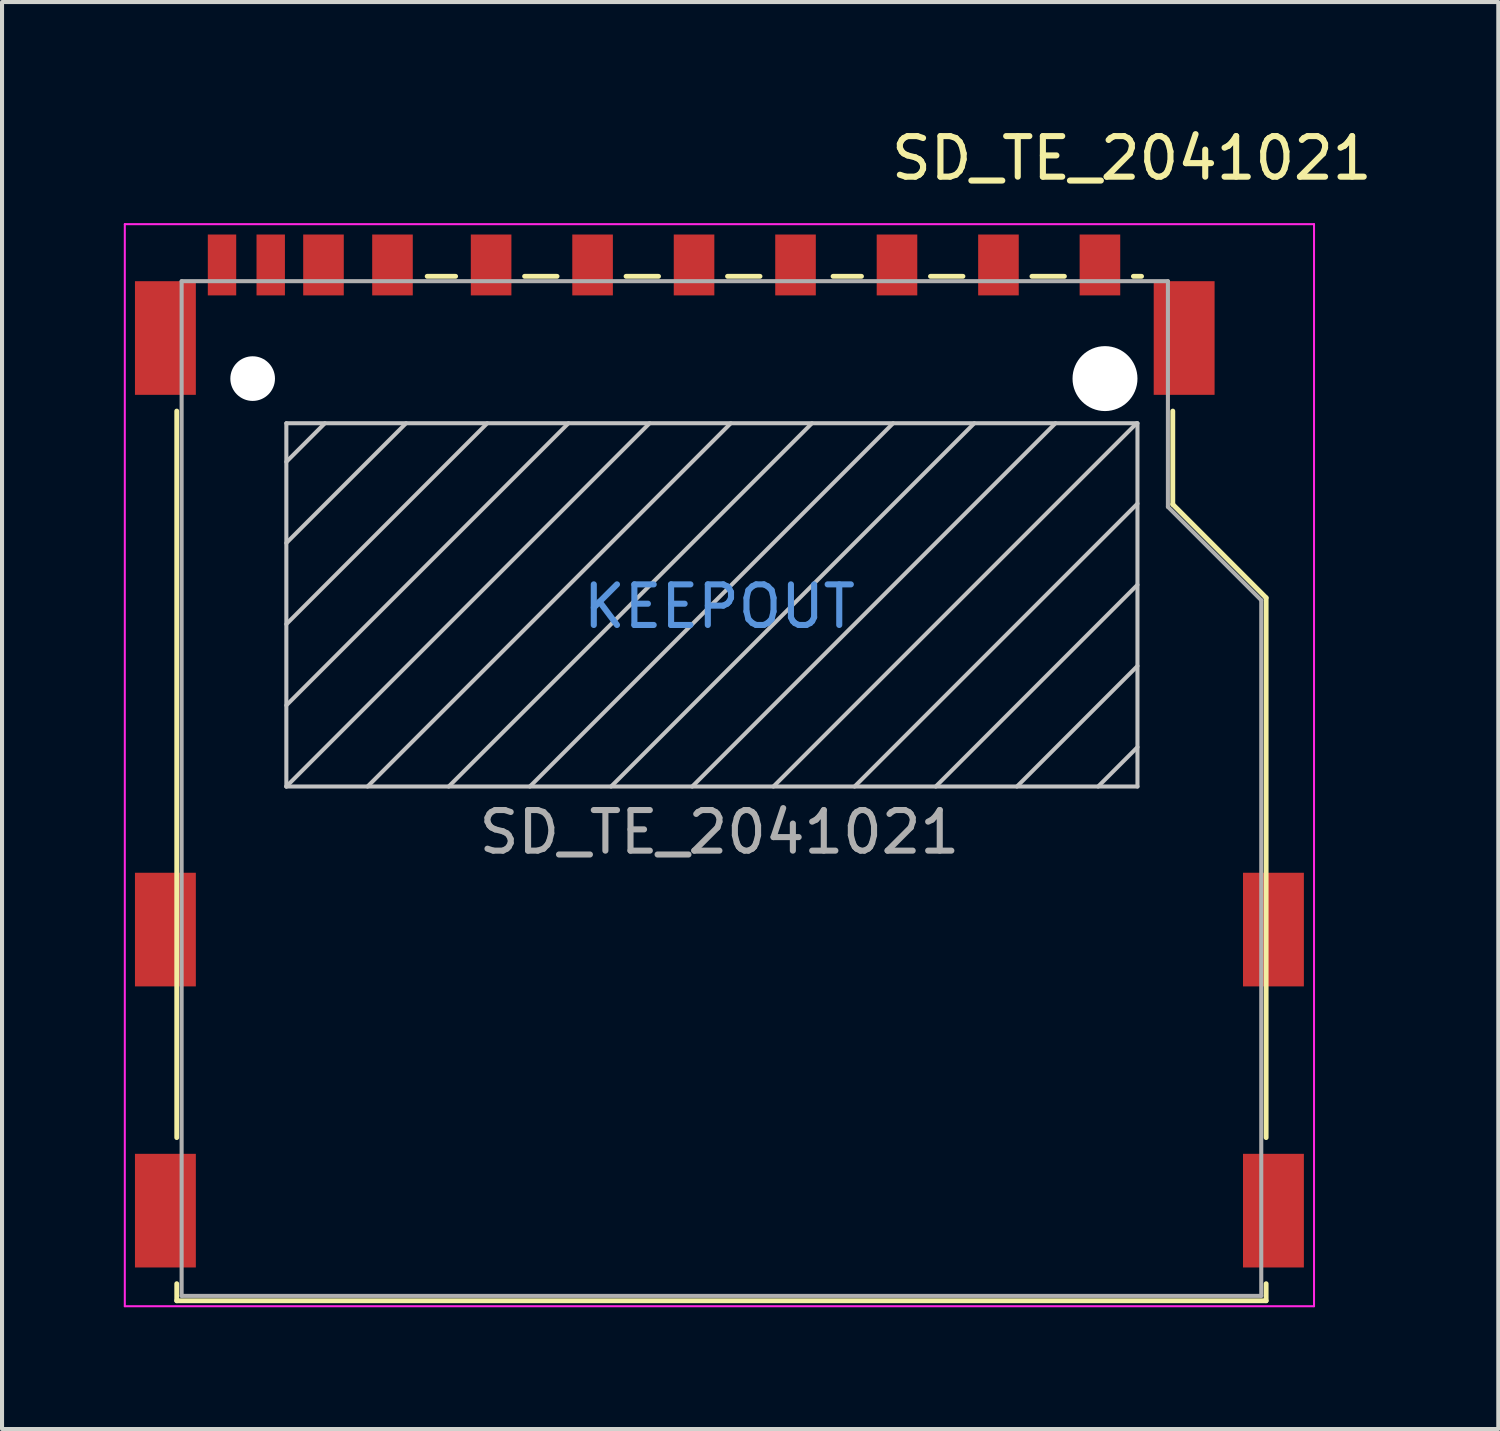
<source format=kicad_pcb>
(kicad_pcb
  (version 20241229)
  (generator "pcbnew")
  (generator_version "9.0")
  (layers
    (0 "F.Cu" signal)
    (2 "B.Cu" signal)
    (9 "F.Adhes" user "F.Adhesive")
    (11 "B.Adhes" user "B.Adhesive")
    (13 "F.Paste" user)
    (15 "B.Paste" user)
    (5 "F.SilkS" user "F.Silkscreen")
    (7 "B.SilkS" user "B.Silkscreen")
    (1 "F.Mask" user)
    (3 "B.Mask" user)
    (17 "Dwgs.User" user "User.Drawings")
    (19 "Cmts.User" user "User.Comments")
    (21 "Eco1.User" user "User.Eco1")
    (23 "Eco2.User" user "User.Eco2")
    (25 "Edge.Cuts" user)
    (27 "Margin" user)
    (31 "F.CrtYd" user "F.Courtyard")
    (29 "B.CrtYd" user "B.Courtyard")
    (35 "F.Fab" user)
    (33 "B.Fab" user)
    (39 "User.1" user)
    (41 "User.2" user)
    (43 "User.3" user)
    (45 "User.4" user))
  (footprint "SD_TE_2041021"
    (layer "F.Cu")
    (at 14.675 15.453)
    (property "Reference" "SD_TE_2041021" (at 10.16 -14.605 0) (layer "F.SilkS") (effects (font (size 1 1) (thickness 0.15))))
    (attr smd)
    (fp_line (start -13.37 -8.375) (end -13.37 9.525) (stroke (width 0.12) (type solid)) (layer "F.SilkS"))
    (fp_line (start -13.37 13.125) (end -13.37 13.545) (stroke (width 0.12) (type solid)) (layer "F.SilkS"))
    (fp_line (start -13.37 13.545) (end 13.47 13.545) (stroke (width 0.12) (type solid)) (layer "F.SilkS"))
    (fp_line (start -7.2 -11.695) (end -6.5 -11.695) (stroke (width 0.12) (type solid)) (layer "F.SilkS"))
    (fp_line (start -4.8 -11.695) (end -4 -11.695) (stroke (width 0.12) (type solid)) (layer "F.SilkS"))
    (fp_line (start -2.3 -11.695) (end -1.5 -11.695) (stroke (width 0.12) (type solid)) (layer "F.SilkS"))
    (fp_line (start 0.2 -11.695) (end 1 -11.695) (stroke (width 0.12) (type solid)) (layer "F.SilkS"))
    (fp_line (start 2.8 -11.695) (end 3.5 -11.695) (stroke (width 0.12) (type solid)) (layer "F.SilkS"))
    (fp_line (start 5.2 -11.695) (end 6 -11.695) (stroke (width 0.12) (type solid)) (layer "F.SilkS"))
    (fp_line (start 7.7 -11.695) (end 8.5 -11.695) (stroke (width 0.12) (type solid)) (layer "F.SilkS"))
    (fp_line (start 10.2 -11.695) (end 10.4 -11.695) (stroke (width 0.12) (type solid)) (layer "F.SilkS"))
    (fp_line (start 11.17 -8.375) (end 11.17 -6.075) (stroke (width 0.12) (type solid)) (layer "F.SilkS"))
    (fp_line (start 11.17 -6.075) (end 13.47 -3.775) (stroke (width 0.12) (type solid)) (layer "F.SilkS"))
    (fp_line (start 13.47 -3.775) (end 13.47 9.525) (stroke (width 0.12) (type solid)) (layer "F.SilkS"))
    (fp_line (start 13.47 13.545) (end 13.47 13.125) (stroke (width 0.12) (type solid)) (layer "F.SilkS"))
    (fp_line (start -10.67 -8.075) (end -10.67 0.875) (stroke (width 0.1) (type solid)) (layer "Dwgs.User"))
    (fp_line (start -10.67 0.875) (end 10.3 0.875) (stroke (width 0.1) (type solid)) (layer "Dwgs.User"))
    (fp_line (start -9.72 -8.075) (end -10.67 -7.125) (stroke (width 0.1) (type solid)) (layer "Dwgs.User"))
    (fp_line (start -7.72 -8.075) (end -10.67 -5.125) (stroke (width 0.1) (type solid)) (layer "Dwgs.User"))
    (fp_line (start -5.72 -8.075) (end -10.67 -3.125) (stroke (width 0.1) (type solid)) (layer "Dwgs.User"))
    (fp_line (start -3.72 -8.075) (end -10.67 -1.125) (stroke (width 0.1) (type solid)) (layer "Dwgs.User"))
    (fp_line (start -1.72 -8.075) (end -10.67 0.875) (stroke (width 0.1) (type solid)) (layer "Dwgs.User"))
    (fp_line (start 0.28 -8.075) (end -8.67 0.875) (stroke (width 0.1) (type solid)) (layer "Dwgs.User"))
    (fp_line (start 2.28 -8.075) (end -6.67 0.875) (stroke (width 0.1) (type solid)) (layer "Dwgs.User"))
    (fp_line (start 4.28 -8.075) (end -4.67 0.875) (stroke (width 0.1) (type solid)) (layer "Dwgs.User"))
    (fp_line (start 6.28 -8.075) (end -2.67 0.875) (stroke (width 0.1) (type solid)) (layer "Dwgs.User"))
    (fp_line (start 8.28 -8.075) (end -0.67 0.875) (stroke (width 0.1) (type solid)) (layer "Dwgs.User"))
    (fp_line (start 10.28 -8.075) (end 1.33 0.875) (stroke (width 0.1) (type solid)) (layer "Dwgs.User"))
    (fp_line (start 10.3 -8.075) (end -10.67 -8.075) (stroke (width 0.1) (type solid)) (layer "Dwgs.User"))
    (fp_line (start 10.3 -6.095) (end 3.33 0.875) (stroke (width 0.1) (type solid)) (layer "Dwgs.User"))
    (fp_line (start 10.3 -4.095) (end 5.33 0.875) (stroke (width 0.1) (type solid)) (layer "Dwgs.User"))
    (fp_line (start 10.3 -2.095) (end 7.33 0.875) (stroke (width 0.1) (type solid)) (layer "Dwgs.User"))
    (fp_line (start 10.3 -0.095) (end 9.33 0.875) (stroke (width 0.1) (type solid)) (layer "Dwgs.User"))
    (fp_line (start 10.3 0.875) (end 10.3 -8.075) (stroke (width 0.1) (type solid)) (layer "Dwgs.User"))
    (fp_line (start -14.65 -12.98) (end -14.65 13.68) (stroke (width 0.05) (type solid)) (layer "F.CrtYd"))
    (fp_line (start -14.65 -12.98) (end 14.65 -12.98) (stroke (width 0.05) (type solid)) (layer "F.CrtYd"))
    (fp_line (start 14.65 13.68) (end -14.65 13.68) (stroke (width 0.05) (type solid)) (layer "F.CrtYd"))
    (fp_line (start 14.65 13.68) (end 14.65 -12.98) (stroke (width 0.05) (type solid)) (layer "F.CrtYd"))
    (fp_line (start -13.25 -11.575) (end -13.25 13.425) (stroke (width 0.1) (type solid)) (layer "F.Fab"))
    (fp_line (start -13.25 13.425) (end 13.35 13.425) (stroke (width 0.1) (type solid)) (layer "F.Fab"))
    (fp_line (start 11.05 -11.575) (end -13.25 -11.575) (stroke (width 0.1) (type solid)) (layer "F.Fab"))
    (fp_line (start 11.05 -6.015) (end 11.05 -11.575) (stroke (width 0.1) (type solid)) (layer "F.Fab"))
    (fp_line (start 13.35 -3.715) (end 11.05 -6.015) (stroke (width 0.1) (type solid)) (layer "F.Fab"))
    (fp_line (start 13.35 13.425) (end 13.35 -3.715) (stroke (width 0.1) (type solid)) (layer "F.Fab"))
    (fp_text user "KEEPOUT" (at 0 -3.56 0) (layer "Cmts.User") (effects (font (size 1 1) (thickness 0.15))))
    (fp_text user "${REFERENCE}" (at 0 2 0) (layer "F.Fab") (effects (font (size 1 1) (thickness 0.15))))
    (pad "" np_thru_hole circle (at -11.5 -9.175) (size 1.1 1.1) (drill 1.1) (layers "*.Cu" "*.Mask"))
    (pad "" np_thru_hole circle (at 9.5 -9.175) (size 1.6 1.6) (drill 1.6) (layers "*.Cu" "*.Mask"))
    (pad "1" smd rect (at 6.875 -11.975) (size 1 1.5) (layers "F.Cu" "F.Mask" "F.Paste"))
    (pad "2" smd rect (at 4.375 -11.975) (size 1 1.5) (layers "F.Cu" "F.Mask" "F.Paste"))
    (pad "3" smd rect (at 1.875 -11.975) (size 1 1.5) (layers "F.Cu" "F.Mask" "F.Paste"))
    (pad "4" smd rect (at -0.625 -11.975) (size 1 1.5) (layers "F.Cu" "F.Mask" "F.Paste"))
    (pad "5" smd rect (at -3.125 -11.975) (size 1 1.5) (layers "F.Cu" "F.Mask" "F.Paste"))
    (pad "6" smd rect (at -5.625 -11.975) (size 1 1.5) (layers "F.Cu" "F.Mask" "F.Paste"))
    (pad "7" smd rect (at -8.055 -11.975) (size 1 1.5) (layers "F.Cu" "F.Mask" "F.Paste"))
    (pad "8" smd rect (at -9.755 -11.975) (size 1 1.5) (layers "F.Cu" "F.Mask" "F.Paste"))
    (pad "9" smd rect (at 9.375 -11.975) (size 1 1.5) (layers "F.Cu" "F.Mask" "F.Paste"))
    (pad "10" smd rect (at -11.055 -11.975) (size 0.7 1.5) (layers "F.Cu" "F.Mask" "F.Paste"))
    (pad "11" smd rect (at -12.255 -11.975) (size 0.7 1.5) (layers "F.Cu" "F.Mask" "F.Paste"))
    (pad "12" smd rect (at -13.65 -10.175) (size 1.5 2.8) (layers "F.Cu" "F.Mask" "F.Paste"))
    (pad "12" smd rect (at -13.65 4.4) (size 1.5 2.8) (layers "F.Cu" "F.Mask" "F.Paste"))
    (pad "12" smd rect (at -13.65 11.325) (size 1.5 2.8) (layers "F.Cu" "F.Mask" "F.Paste"))
    (pad "12" smd rect (at 11.45 -10.175) (size 1.5 2.8) (layers "F.Cu" "F.Mask" "F.Paste"))
    (pad "12" smd rect (at 13.65 4.4) (size 1.5 2.8) (layers "F.Cu" "F.Mask" "F.Paste"))
    (pad "12" smd rect (at 13.65 11.325) (size 1.5 2.8) (layers "F.Cu" "F.Mask" "F.Paste")))
  (gr_rect
    (start -3 -3)
    (end 33.865 32.158)
    (stroke (width 0.1) (type default))
    (fill no)
    (layer "Edge.Cuts")))
</source>
